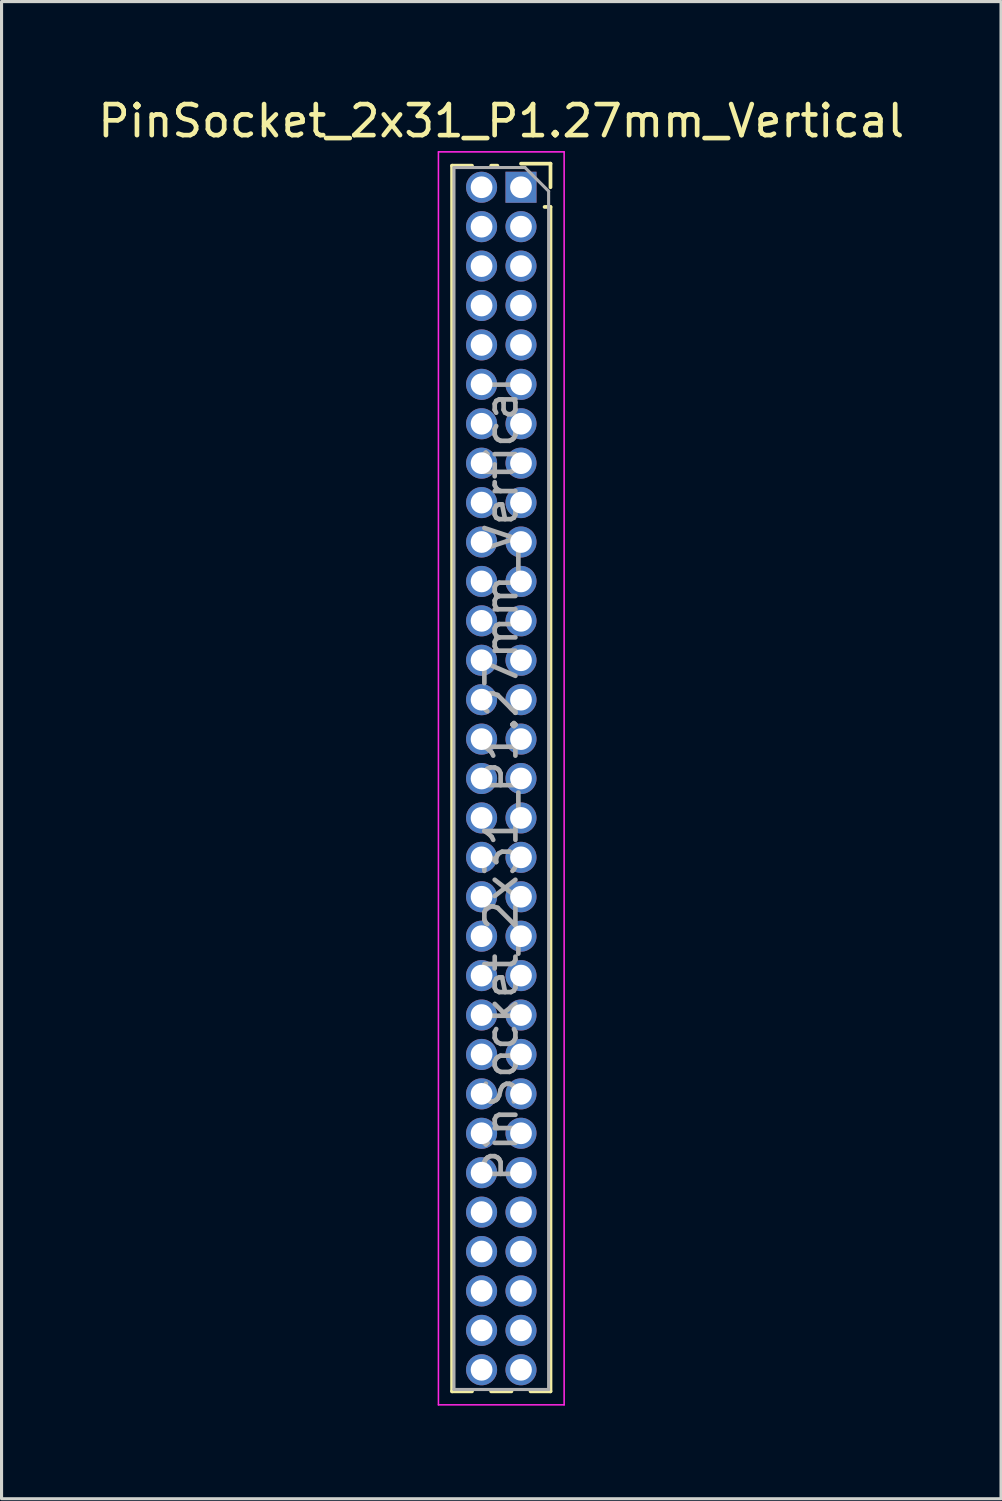
<source format=kicad_pcb>
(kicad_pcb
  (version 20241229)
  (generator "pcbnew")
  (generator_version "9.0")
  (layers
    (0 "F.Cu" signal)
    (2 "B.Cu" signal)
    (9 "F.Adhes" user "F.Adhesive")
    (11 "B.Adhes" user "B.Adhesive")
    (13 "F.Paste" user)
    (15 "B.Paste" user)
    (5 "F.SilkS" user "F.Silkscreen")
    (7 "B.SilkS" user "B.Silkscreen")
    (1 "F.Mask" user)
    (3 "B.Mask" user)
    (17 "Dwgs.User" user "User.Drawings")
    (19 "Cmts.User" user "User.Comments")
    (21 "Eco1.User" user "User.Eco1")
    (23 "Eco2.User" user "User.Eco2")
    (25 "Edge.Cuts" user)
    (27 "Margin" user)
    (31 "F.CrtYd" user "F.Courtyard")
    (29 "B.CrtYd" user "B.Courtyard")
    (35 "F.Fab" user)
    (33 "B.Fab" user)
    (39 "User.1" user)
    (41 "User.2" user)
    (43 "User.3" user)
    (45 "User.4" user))
  (footprint "PinSocket_2x31_P1.27mm_Vertical"
    (layer "F.Cu")
    (at 13.736 2.983)
    (property "Reference" "PinSocket_2x31_P1.27mm_Vertical" (at -0.635 -2.135 0) (layer "F.SilkS") (effects (font (size 1 1) (thickness 0.15))))
    (attr through_hole)
    (fp_line (start -2.22 -0.695) (end -2.22 38.795) (stroke (width 0.12) (type solid)) (layer "F.SilkS"))
    (fp_line (start -2.22 -0.695) (end -1.578 -0.695) (stroke (width 0.12) (type solid)) (layer "F.SilkS"))
    (fp_line (start -2.22 38.795) (end -1.578 38.795) (stroke (width 0.12) (type solid)) (layer "F.SilkS"))
    (fp_line (start -0.962 -0.695) (end -0.76 -0.695) (stroke (width 0.12) (type solid)) (layer "F.SilkS"))
    (fp_line (start -0.962 38.795) (end -0.308 38.795) (stroke (width 0.12) (type solid)) (layer "F.SilkS"))
    (fp_line (start 0 -0.76) (end 0.95 -0.76) (stroke (width 0.12) (type solid)) (layer "F.SilkS"))
    (fp_line (start 0.308 38.795) (end 0.95 38.795) (stroke (width 0.12) (type solid)) (layer "F.SilkS"))
    (fp_line (start 0.76 0.635) (end 0.95 0.635) (stroke (width 0.12) (type solid)) (layer "F.SilkS"))
    (fp_line (start 0.95 -0.76) (end 0.95 0) (stroke (width 0.12) (type solid)) (layer "F.SilkS"))
    (fp_line (start 0.95 0.635) (end 0.95 38.795) (stroke (width 0.12) (type solid)) (layer "F.SilkS"))
    (fp_line (start -2.66 -1.14) (end 1.39 -1.14) (stroke (width 0.05) (type solid)) (layer "F.CrtYd"))
    (fp_line (start -2.66 39.23) (end -2.66 -1.14) (stroke (width 0.05) (type solid)) (layer "F.CrtYd"))
    (fp_line (start 1.39 -1.14) (end 1.39 39.23) (stroke (width 0.05) (type solid)) (layer "F.CrtYd"))
    (fp_line (start 1.39 39.23) (end -2.66 39.23) (stroke (width 0.05) (type solid)) (layer "F.CrtYd"))
    (fp_line (start -2.16 -0.635) (end 0.128 -0.635) (stroke (width 0.1) (type solid)) (layer "F.Fab"))
    (fp_line (start -2.16 38.735) (end -2.16 -0.635) (stroke (width 0.1) (type solid)) (layer "F.Fab"))
    (fp_line (start 0.128 -0.635) (end 0.89 0.127) (stroke (width 0.1) (type solid)) (layer "F.Fab"))
    (fp_line (start 0.89 0.127) (end 0.89 38.735) (stroke (width 0.1) (type solid)) (layer "F.Fab"))
    (fp_line (start 0.89 38.735) (end -2.16 38.735) (stroke (width 0.1) (type solid)) (layer "F.Fab"))
    (fp_text user "${REFERENCE}" (at -0.635 19.05 90) (layer "F.Fab") (effects (font (size 1 1) (thickness 0.15))))
    (pad "1" thru_hole rect (at 0 0) (size 1 1) (drill 0.7) (layers "*.Cu" "*.Mask"))
    (pad "2" thru_hole circle (at -1.27 0) (size 1 1) (drill 0.7) (layers "*.Cu" "*.Mask"))
    (pad "3" thru_hole circle (at 0 1.27) (size 1 1) (drill 0.7) (layers "*.Cu" "*.Mask"))
    (pad "4" thru_hole circle (at -1.27 1.27) (size 1 1) (drill 0.7) (layers "*.Cu" "*.Mask"))
    (pad "5" thru_hole circle (at 0 2.54) (size 1 1) (drill 0.7) (layers "*.Cu" "*.Mask"))
    (pad "6" thru_hole circle (at -1.27 2.54) (size 1 1) (drill 0.7) (layers "*.Cu" "*.Mask"))
    (pad "7" thru_hole circle (at 0 3.81) (size 1 1) (drill 0.7) (layers "*.Cu" "*.Mask"))
    (pad "8" thru_hole circle (at -1.27 3.81) (size 1 1) (drill 0.7) (layers "*.Cu" "*.Mask"))
    (pad "9" thru_hole circle (at 0 5.08) (size 1 1) (drill 0.7) (layers "*.Cu" "*.Mask"))
    (pad "10" thru_hole circle (at -1.27 5.08) (size 1 1) (drill 0.7) (layers "*.Cu" "*.Mask"))
    (pad "11" thru_hole circle (at 0 6.35) (size 1 1) (drill 0.7) (layers "*.Cu" "*.Mask"))
    (pad "12" thru_hole circle (at -1.27 6.35) (size 1 1) (drill 0.7) (layers "*.Cu" "*.Mask"))
    (pad "13" thru_hole circle (at 0 7.62) (size 1 1) (drill 0.7) (layers "*.Cu" "*.Mask"))
    (pad "14" thru_hole circle (at -1.27 7.62) (size 1 1) (drill 0.7) (layers "*.Cu" "*.Mask"))
    (pad "15" thru_hole circle (at 0 8.89) (size 1 1) (drill 0.7) (layers "*.Cu" "*.Mask"))
    (pad "16" thru_hole circle (at -1.27 8.89) (size 1 1) (drill 0.7) (layers "*.Cu" "*.Mask"))
    (pad "17" thru_hole circle (at 0 10.16) (size 1 1) (drill 0.7) (layers "*.Cu" "*.Mask"))
    (pad "18" thru_hole circle (at -1.27 10.16) (size 1 1) (drill 0.7) (layers "*.Cu" "*.Mask"))
    (pad "19" thru_hole circle (at 0 11.43) (size 1 1) (drill 0.7) (layers "*.Cu" "*.Mask"))
    (pad "20" thru_hole circle (at -1.27 11.43) (size 1 1) (drill 0.7) (layers "*.Cu" "*.Mask"))
    (pad "21" thru_hole circle (at 0 12.7) (size 1 1) (drill 0.7) (layers "*.Cu" "*.Mask"))
    (pad "22" thru_hole circle (at -1.27 12.7) (size 1 1) (drill 0.7) (layers "*.Cu" "*.Mask"))
    (pad "23" thru_hole circle (at 0 13.97) (size 1 1) (drill 0.7) (layers "*.Cu" "*.Mask"))
    (pad "24" thru_hole circle (at -1.27 13.97) (size 1 1) (drill 0.7) (layers "*.Cu" "*.Mask"))
    (pad "25" thru_hole circle (at 0 15.24) (size 1 1) (drill 0.7) (layers "*.Cu" "*.Mask"))
    (pad "26" thru_hole circle (at -1.27 15.24) (size 1 1) (drill 0.7) (layers "*.Cu" "*.Mask"))
    (pad "27" thru_hole circle (at 0 16.51) (size 1 1) (drill 0.7) (layers "*.Cu" "*.Mask"))
    (pad "28" thru_hole circle (at -1.27 16.51) (size 1 1) (drill 0.7) (layers "*.Cu" "*.Mask"))
    (pad "29" thru_hole circle (at 0 17.78) (size 1 1) (drill 0.7) (layers "*.Cu" "*.Mask"))
    (pad "30" thru_hole circle (at -1.27 17.78) (size 1 1) (drill 0.7) (layers "*.Cu" "*.Mask"))
    (pad "31" thru_hole circle (at 0 19.05) (size 1 1) (drill 0.7) (layers "*.Cu" "*.Mask"))
    (pad "32" thru_hole circle (at -1.27 19.05) (size 1 1) (drill 0.7) (layers "*.Cu" "*.Mask"))
    (pad "33" thru_hole circle (at 0 20.32) (size 1 1) (drill 0.7) (layers "*.Cu" "*.Mask"))
    (pad "34" thru_hole circle (at -1.27 20.32) (size 1 1) (drill 0.7) (layers "*.Cu" "*.Mask"))
    (pad "35" thru_hole circle (at 0 21.59) (size 1 1) (drill 0.7) (layers "*.Cu" "*.Mask"))
    (pad "36" thru_hole circle (at -1.27 21.59) (size 1 1) (drill 0.7) (layers "*.Cu" "*.Mask"))
    (pad "37" thru_hole circle (at 0 22.86) (size 1 1) (drill 0.7) (layers "*.Cu" "*.Mask"))
    (pad "38" thru_hole circle (at -1.27 22.86) (size 1 1) (drill 0.7) (layers "*.Cu" "*.Mask"))
    (pad "39" thru_hole circle (at 0 24.13) (size 1 1) (drill 0.7) (layers "*.Cu" "*.Mask"))
    (pad "40" thru_hole circle (at -1.27 24.13) (size 1 1) (drill 0.7) (layers "*.Cu" "*.Mask"))
    (pad "41" thru_hole circle (at 0 25.4) (size 1 1) (drill 0.7) (layers "*.Cu" "*.Mask"))
    (pad "42" thru_hole circle (at -1.27 25.4) (size 1 1) (drill 0.7) (layers "*.Cu" "*.Mask"))
    (pad "43" thru_hole circle (at 0 26.67) (size 1 1) (drill 0.7) (layers "*.Cu" "*.Mask"))
    (pad "44" thru_hole circle (at -1.27 26.67) (size 1 1) (drill 0.7) (layers "*.Cu" "*.Mask"))
    (pad "45" thru_hole circle (at 0 27.94) (size 1 1) (drill 0.7) (layers "*.Cu" "*.Mask"))
    (pad "46" thru_hole circle (at -1.27 27.94) (size 1 1) (drill 0.7) (layers "*.Cu" "*.Mask"))
    (pad "47" thru_hole circle (at 0 29.21) (size 1 1) (drill 0.7) (layers "*.Cu" "*.Mask"))
    (pad "48" thru_hole circle (at -1.27 29.21) (size 1 1) (drill 0.7) (layers "*.Cu" "*.Mask"))
    (pad "49" thru_hole circle (at 0 30.48) (size 1 1) (drill 0.7) (layers "*.Cu" "*.Mask"))
    (pad "50" thru_hole circle (at -1.27 30.48) (size 1 1) (drill 0.7) (layers "*.Cu" "*.Mask"))
    (pad "51" thru_hole circle (at 0 31.75) (size 1 1) (drill 0.7) (layers "*.Cu" "*.Mask"))
    (pad "52" thru_hole circle (at -1.27 31.75) (size 1 1) (drill 0.7) (layers "*.Cu" "*.Mask"))
    (pad "53" thru_hole circle (at 0 33.02) (size 1 1) (drill 0.7) (layers "*.Cu" "*.Mask"))
    (pad "54" thru_hole circle (at -1.27 33.02) (size 1 1) (drill 0.7) (layers "*.Cu" "*.Mask"))
    (pad "55" thru_hole circle (at 0 34.29) (size 1 1) (drill 0.7) (layers "*.Cu" "*.Mask"))
    (pad "56" thru_hole circle (at -1.27 34.29) (size 1 1) (drill 0.7) (layers "*.Cu" "*.Mask"))
    (pad "57" thru_hole circle (at 0 35.56) (size 1 1) (drill 0.7) (layers "*.Cu" "*.Mask"))
    (pad "58" thru_hole circle (at -1.27 35.56) (size 1 1) (drill 0.7) (layers "*.Cu" "*.Mask"))
    (pad "59" thru_hole circle (at 0 36.83) (size 1 1) (drill 0.7) (layers "*.Cu" "*.Mask"))
    (pad "60" thru_hole circle (at -1.27 36.83) (size 1 1) (drill 0.7) (layers "*.Cu" "*.Mask"))
    (pad "61" thru_hole circle (at 0 38.1) (size 1 1) (drill 0.7) (layers "*.Cu" "*.Mask"))
    (pad "62" thru_hole circle (at -1.27 38.1) (size 1 1) (drill 0.7) (layers "*.Cu" "*.Mask")))
  (gr_rect
    (start -3 -3)
    (end 29.202 45.238)
    (stroke (width 0.1) (type default))
    (fill no)
    (layer "Edge.Cuts")))
</source>
